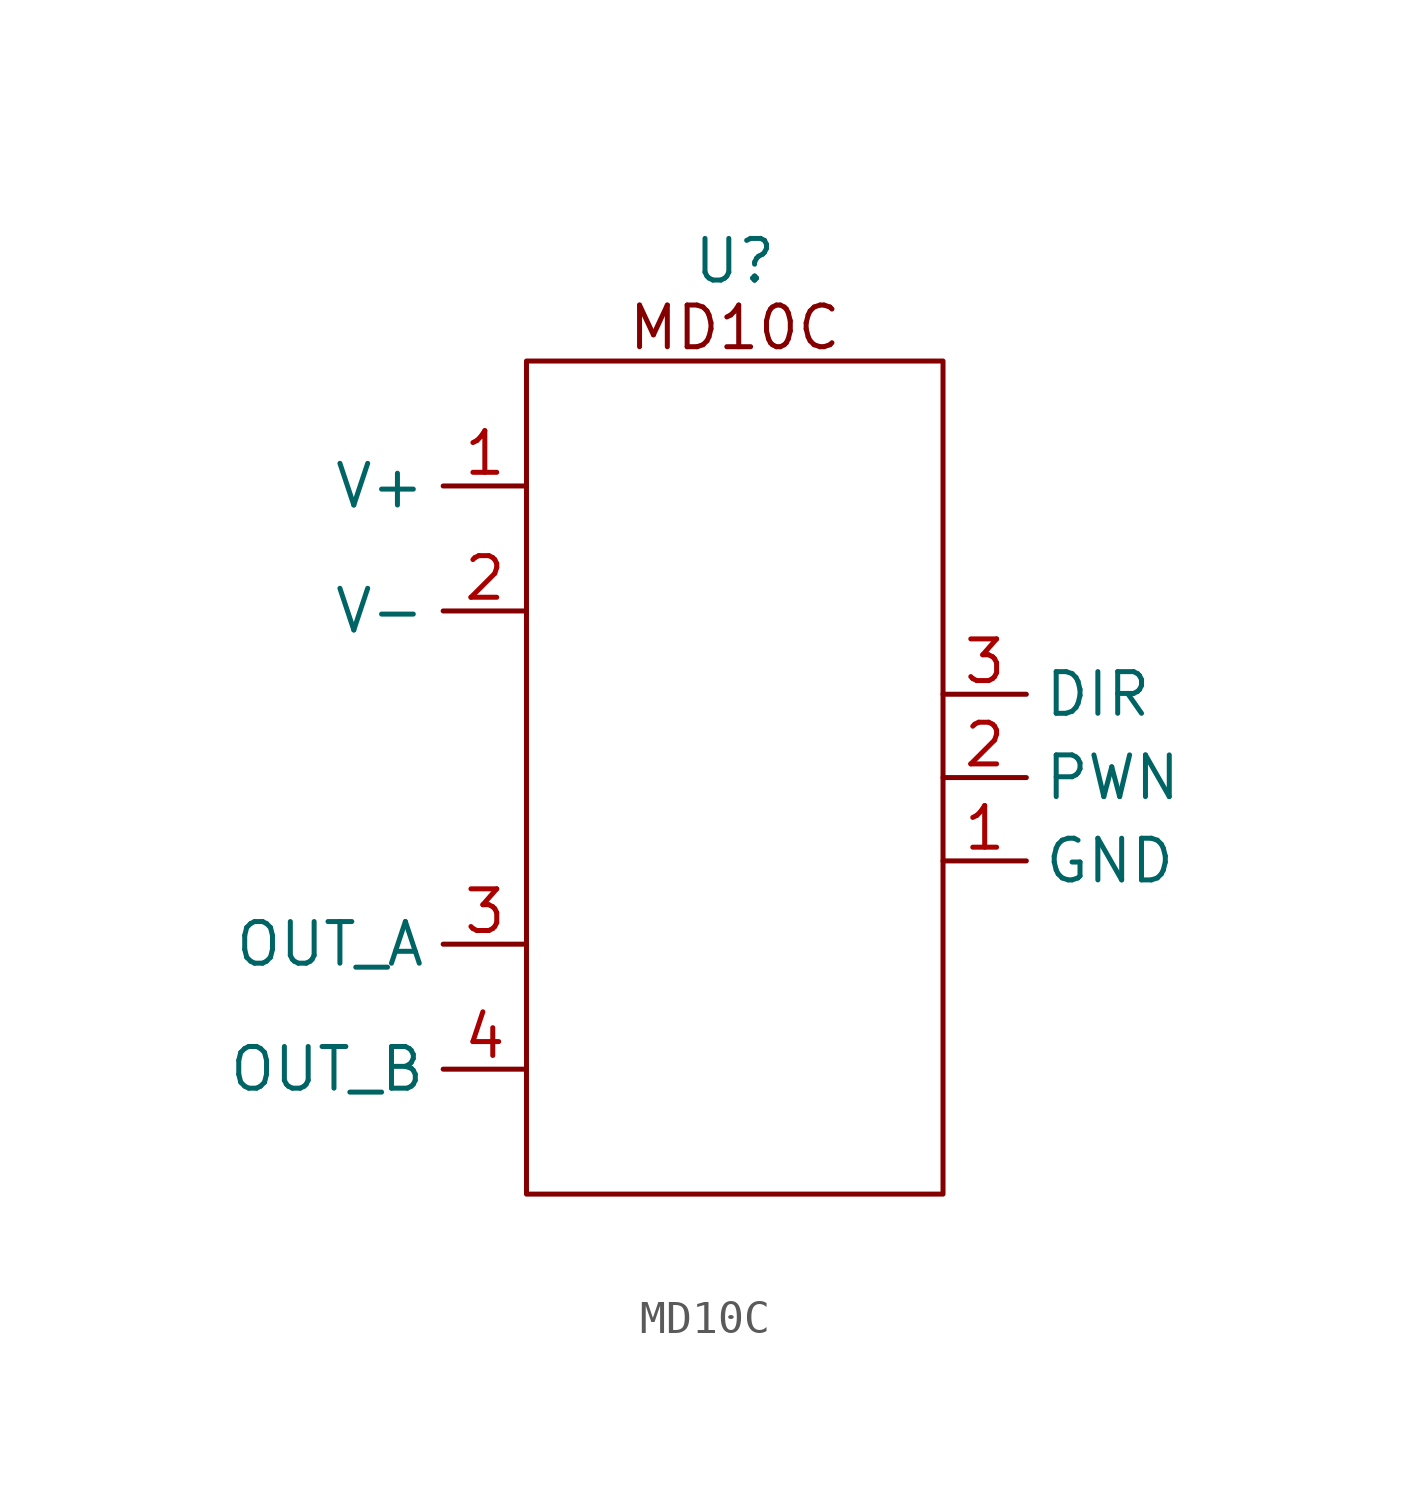
<source format=kicad_sym>
(kicad_symbol_lib
  (version 20241209)
  (generator "kicad_symbol_editor")
  (generator_version "9.0")
  (symbol "MD10C"
    (property "Reference" "U"
      (at 0 15.748 0)
      (effects (font (size 1.27 1.27))))
    (property "Value" ""
      (at 0 0 0)
      (effects (font (size 1.27 1.27))))
    (symbol "MD10C_0_1"
      (rectangle (start -6.35 12.7) (end 6.35 -12.7) (stroke (width 0) (type default)) (fill (type none))))
    (symbol "MD10C_1_1"
      (text "MD10C" (at 0 13.716 0) (effects (font (size 1.27 1.27))))
      (pin power_in line (at -6.35 8.89 180) (length 2.54) (name "V+" (effects (font (size 1.27 1.27)))) (number "1" (effects (font (size 1.27 1.27)))))
      (pin power_in line (at -6.35 5.08 180) (length 2.54) (name "V-" (effects (font (size 1.27 1.27)))) (number "2" (effects (font (size 1.27 1.27)))))
      (pin power_out line (at -6.35 -5.08 180) (length 2.54) (name "OUT_A" (effects (font (size 1.27 1.27)))) (number "3" (effects (font (size 1.27 1.27)))))
      (pin power_out line (at -6.35 -8.89 180) (length 2.54) (name "OUT_B" (effects (font (size 1.27 1.27)))) (number "4" (effects (font (size 1.27 1.27)))))
      (pin input line (at 6.35 2.54 0) (length 2.54) (name "DIR" (effects (font (size 1.27 1.27)))) (number "3" (effects (font (size 1.27 1.27)))))
      (pin input line (at 6.35 0 0) (length 2.54) (name "PWN" (effects (font (size 1.27 1.27)))) (number "2" (effects (font (size 1.27 1.27)))))
      (pin input line (at 6.35 -2.54 0) (length 2.54) (name "GND" (effects (font (size 1.27 1.27)))) (number "1" (effects (font (size 1.27 1.27))))))))
</source>
